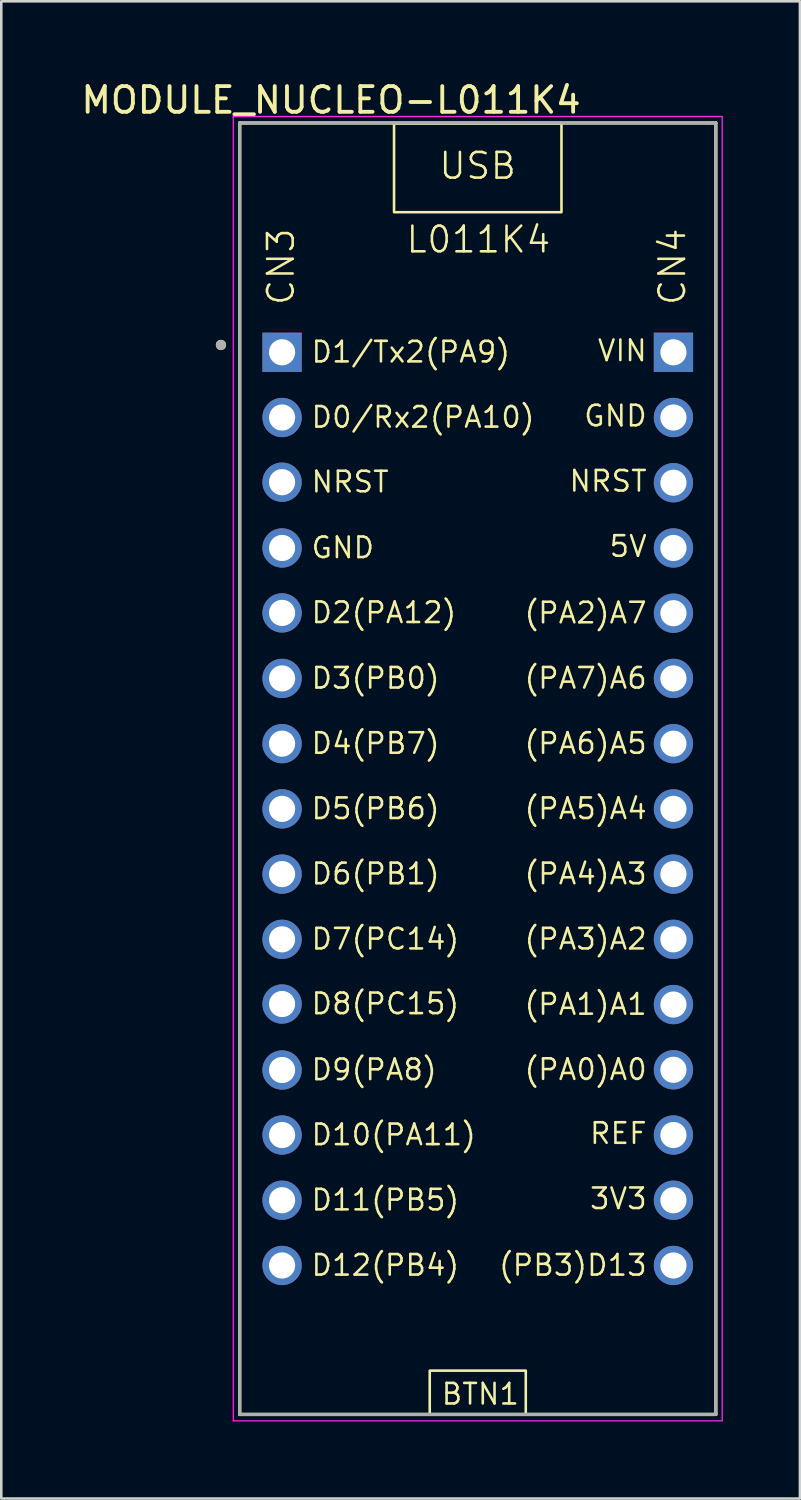
<source format=kicad_pcb>
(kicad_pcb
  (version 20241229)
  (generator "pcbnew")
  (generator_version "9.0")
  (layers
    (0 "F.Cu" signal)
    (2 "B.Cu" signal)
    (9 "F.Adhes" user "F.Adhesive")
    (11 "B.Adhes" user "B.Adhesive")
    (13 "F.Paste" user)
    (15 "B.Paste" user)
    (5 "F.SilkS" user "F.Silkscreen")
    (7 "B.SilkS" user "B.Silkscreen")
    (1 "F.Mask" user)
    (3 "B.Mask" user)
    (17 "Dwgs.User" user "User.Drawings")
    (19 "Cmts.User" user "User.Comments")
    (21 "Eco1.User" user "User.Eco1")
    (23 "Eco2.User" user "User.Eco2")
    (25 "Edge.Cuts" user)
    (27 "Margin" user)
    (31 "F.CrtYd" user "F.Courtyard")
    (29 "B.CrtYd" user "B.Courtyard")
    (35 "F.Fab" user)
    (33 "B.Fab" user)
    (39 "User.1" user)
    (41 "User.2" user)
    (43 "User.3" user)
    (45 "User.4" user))
  (footprint "MODULE_NUCLEO-L011K4"
    (layer "F.Cu")
    (at 15.554 26.883)
    (property "Reference" "MODULE_NUCLEO-L011K4" (at -5.715 -26.035 0) (layer "F.SilkS") (effects (font (size 1 1) (thickness 0.15))))
    (attr through_hole)
    (fp_line (start -9.27 -25.145) (end 9.27 -25.145) (stroke (width 0.127) (type solid)) (layer "F.SilkS"))
    (fp_line (start -9.27 25.145) (end -9.27 -25.145) (stroke (width 0.127) (type solid)) (layer "F.SilkS"))
    (fp_line (start 9.27 -25.145) (end 9.27 25.145) (stroke (width 0.127) (type solid)) (layer "F.SilkS"))
    (fp_line (start 9.27 25.145) (end -9.27 25.145) (stroke (width 0.127) (type solid)) (layer "F.SilkS"))
    (fp_rect (start -3.26 -25.12) (end 3.26 -21.67) (stroke (width 0.1) (type default)) (fill no) (layer "F.SilkS"))
    (fp_rect (start -1.87 23.44) (end 1.87 25.14) (stroke (width 0.1) (type default)) (fill no) (layer "F.SilkS"))
    (fp_circle (center -10 -16.5) (end -9.9 -16.5) (stroke (width 0.2) (type solid)) (fill no) (layer "F.SilkS"))
    (fp_line (start -9.52 -25.395) (end 9.52 -25.395) (stroke (width 0.05) (type solid)) (layer "F.CrtYd"))
    (fp_line (start -9.52 25.395) (end -9.52 -25.395) (stroke (width 0.05) (type solid)) (layer "F.CrtYd"))
    (fp_line (start 9.52 -25.395) (end 9.52 25.395) (stroke (width 0.05) (type solid)) (layer "F.CrtYd"))
    (fp_line (start 9.52 25.395) (end -9.52 25.395) (stroke (width 0.05) (type solid)) (layer "F.CrtYd"))
    (fp_line (start -9.27 -25.145) (end 9.27 -25.145) (stroke (width 0.127) (type solid)) (layer "F.Fab"))
    (fp_line (start -9.27 25.145) (end -9.27 -25.145) (stroke (width 0.127) (type solid)) (layer "F.Fab"))
    (fp_line (start 9.27 -25.145) (end 9.27 25.145) (stroke (width 0.127) (type solid)) (layer "F.Fab"))
    (fp_line (start 9.27 25.145) (end -9.27 25.145) (stroke (width 0.127) (type solid)) (layer "F.Fab"))
    (fp_circle (center -10 -16.5) (end -9.9 -16.5) (stroke (width 0.2) (type solid)) (fill no) (layer "F.Fab"))
    (fp_text user "L011K4" (at -2.85 -20.02 0) (unlocked yes) (layer "F.SilkS") (effects (font (size 1 1) (thickness 0.1)) (justify left bottom)))
    (fp_text user "(PA5)A4" (at 1.753 2.022 0) (unlocked yes) (layer "F.SilkS") (effects (font (size 0.8 0.8) (thickness 0.1)) (justify left bottom)))
    (fp_text user "(PA7)A6" (at 1.753 -3.058 0) (unlocked yes) (layer "F.SilkS") (effects (font (size 0.8 0.8) (thickness 0.1)) (justify left bottom)))
    (fp_text user "VIN" (at 4.61 -15.81 0) (unlocked yes) (layer "F.SilkS") (effects (font (size 0.8 0.8) (thickness 0.1)) (justify left bottom)))
    (fp_text user "REF" (at 4.305 14.67 0) (unlocked yes) (layer "F.SilkS") (effects (font (size 0.8 0.8) (thickness 0.1)) (justify left bottom)))
    (fp_text user "GND" (at 4.077 -13.27 0) (unlocked yes) (layer "F.SilkS") (effects (font (size 0.8 0.8) (thickness 0.1)) (justify left bottom)))
    (fp_text user "D1/Tx2(PA9)" (at -6.54 -15.758 0) (unlocked yes) (layer "F.SilkS") (effects (font (size 0.8 0.8) (thickness 0.1)) (justify left bottom)))
    (fp_text user "NRST" (at -6.54 -10.7 0) (unlocked yes) (layer "F.SilkS") (effects (font (size 0.8 0.8) (thickness 0.1)) (justify left bottom)))
    (fp_text user "D6(PB1)" (at -6.54 4.561 0) (unlocked yes) (layer "F.SilkS") (effects (font (size 0.8 0.8) (thickness 0.1)) (justify left bottom)))
    (fp_text user "D9(PA8)" (at -6.54 12.19 0) (unlocked yes) (layer "F.SilkS") (effects (font (size 0.8 0.8) (thickness 0.1)) (justify left bottom)))
    (fp_text user "D7(PC14)" (at -6.54 7.101 0) (unlocked yes) (layer "F.SilkS") (effects (font (size 0.8 0.8) (thickness 0.1)) (justify left bottom)))
    (fp_text user "(PA0)A0" (at 1.753 12.181 0) (unlocked yes) (layer "F.SilkS") (effects (font (size 0.8 0.8) (thickness 0.1)) (justify left bottom)))
    (fp_text user "D12(PB4)" (at -6.54 19.802 0) (unlocked yes) (layer "F.SilkS") (effects (font (size 0.8 0.8) (thickness 0.1)) (justify left bottom)))
    (fp_text user "CN3" (at -7.08 -17.98 90) (unlocked yes) (layer "F.SilkS") (effects (font (size 1 1) (thickness 0.1)) (justify left bottom)))
    (fp_text user "D10(PA11)" (at -6.54 14.722 0) (unlocked yes) (layer "F.SilkS") (effects (font (size 0.8 0.8) (thickness 0.1)) (justify left bottom)))
    (fp_text user "D2(PA12)" (at -6.54 -5.61 0) (unlocked yes) (layer "F.SilkS") (effects (font (size 0.8 0.8) (thickness 0.1)) (justify left bottom)))
    (fp_text user "(PA3)A2" (at 1.753 7.101 0) (unlocked yes) (layer "F.SilkS") (effects (font (size 0.8 0.8) (thickness 0.1)) (justify left bottom)))
    (fp_text user "GND" (at -6.54 -8.139 0) (unlocked yes) (layer "F.SilkS") (effects (font (size 0.8 0.8) (thickness 0.1)) (justify left bottom)))
    (fp_text user "NRST" (at 3.505 -10.73 0) (unlocked yes) (layer "F.SilkS") (effects (font (size 0.8 0.8) (thickness 0.1)) (justify left bottom)))
    (fp_text user "D11(PB5)" (at -6.54 17.262 0) (unlocked yes) (layer "F.SilkS") (effects (font (size 0.8 0.8) (thickness 0.1)) (justify left bottom)))
    (fp_text user "5V" (at 5.067 -8.19 0) (unlocked yes) (layer "F.SilkS") (effects (font (size 0.8 0.8) (thickness 0.1)) (justify left bottom)))
    (fp_text user "3V3" (at 4.305 17.21 0) (unlocked yes) (layer "F.SilkS") (effects (font (size 0.8 0.8) (thickness 0.1)) (justify left bottom)))
    (fp_text user "(PA6)A5" (at 1.753 -0.518 0) (unlocked yes) (layer "F.SilkS") (effects (font (size 0.8 0.8) (thickness 0.1)) (justify left bottom)))
    (fp_text user "CN4" (at 8.159 -17.98 90) (unlocked yes) (layer "F.SilkS") (effects (font (size 1 1) (thickness 0.1)) (justify left bottom)))
    (fp_text user "(PB3)D13" (at 0.762 19.802 0) (unlocked yes) (layer "F.SilkS") (effects (font (size 0.8 0.8) (thickness 0.1)) (justify left bottom)))
    (fp_text user "USB" (at -1.57 -22.89 0) (unlocked yes) (layer "F.SilkS") (effects (font (size 1 1) (thickness 0.1)) (justify left bottom)))
    (fp_text user "D3(PB0)" (at -6.54 -3.058 0) (unlocked yes) (layer "F.SilkS") (effects (font (size 0.8 0.8) (thickness 0.1)) (justify left bottom)))
    (fp_text user "(PA1)A1" (at 1.753 9.642 0) (unlocked yes) (layer "F.SilkS") (effects (font (size 0.8 0.8) (thickness 0.1)) (justify left bottom)))
    (fp_text user "D8(PC15)" (at -6.54 9.62 0) (unlocked yes) (layer "F.SilkS") (effects (font (size 0.8 0.8) (thickness 0.1)) (justify left bottom)))
    (fp_text user "D5(PB6)" (at -6.54 2.022 0) (unlocked yes) (layer "F.SilkS") (effects (font (size 0.8 0.8) (thickness 0.1)) (justify left bottom)))
    (fp_text user "(PA4)A3" (at 1.753 4.561 0) (unlocked yes) (layer "F.SilkS") (effects (font (size 0.8 0.8) (thickness 0.1)) (justify left bottom)))
    (fp_text user "D4(PB7)" (at -6.54 -0.518 0) (unlocked yes) (layer "F.SilkS") (effects (font (size 0.8 0.8) (thickness 0.1)) (justify left bottom)))
    (fp_text user "(PA2)A7" (at 1.753 -5.598 0) (unlocked yes) (layer "F.SilkS") (effects (font (size 0.8 0.8) (thickness 0.1)) (justify left bottom)))
    (fp_text user "BTN1" (at -1.47 24.82 0) (unlocked yes) (layer "F.SilkS") (effects (font (size 0.8 0.8) (thickness 0.1)) (justify left bottom)))
    (fp_text user "D0/Rx2(PA10)" (at -6.54 -13.219 0) (unlocked yes) (layer "F.SilkS") (effects (font (size 0.8 0.8) (thickness 0.1)) (justify left bottom)))
    (pad "CN3_1" thru_hole rect (at -7.62 -16.215) (size 1.53 1.53) (drill 1.02) (layers "*.Cu" "*.Mask"))
    (pad "CN3_2" thru_hole circle (at -7.62 -13.675) (size 1.53 1.53) (drill 1.02) (layers "*.Cu" "*.Mask"))
    (pad "CN3_3" thru_hole circle (at -7.62 -11.156) (size 1.53 1.53) (drill 1.02) (layers "*.Cu" "*.Mask"))
    (pad "CN3_4" thru_hole circle (at -7.62 -8.595) (size 1.53 1.53) (drill 1.02) (layers "*.Cu" "*.Mask"))
    (pad "CN3_5" thru_hole circle (at -7.62 -6.066) (size 1.53 1.53) (drill 1.02) (layers "*.Cu" "*.Mask"))
    (pad "CN3_6" thru_hole circle (at -7.62 -3.515) (size 1.53 1.53) (drill 1.02) (layers "*.Cu" "*.Mask"))
    (pad "CN3_7" thru_hole circle (at -7.62 -0.975) (size 1.53 1.53) (drill 1.02) (layers "*.Cu" "*.Mask"))
    (pad "CN3_8" thru_hole circle (at -7.62 1.565) (size 1.53 1.53) (drill 1.02) (layers "*.Cu" "*.Mask"))
    (pad "CN3_9" thru_hole circle (at -7.62 4.105) (size 1.53 1.53) (drill 1.02) (layers "*.Cu" "*.Mask"))
    (pad "CN3_10" thru_hole circle (at -7.62 6.645) (size 1.53 1.53) (drill 1.02) (layers "*.Cu" "*.Mask"))
    (pad "CN3_11" thru_hole circle (at -7.62 9.164) (size 1.53 1.53) (drill 1.02) (layers "*.Cu" "*.Mask"))
    (pad "CN3_12" thru_hole circle (at -7.62 11.733) (size 1.53 1.53) (drill 1.02) (layers "*.Cu" "*.Mask"))
    (pad "CN3_13" thru_hole circle (at -7.62 14.265) (size 1.53 1.53) (drill 1.02) (layers "*.Cu" "*.Mask"))
    (pad "CN3_14" thru_hole circle (at -7.62 16.805) (size 1.53 1.53) (drill 1.02) (layers "*.Cu" "*.Mask"))
    (pad "CN3_15" thru_hole circle (at -7.62 19.345) (size 1.53 1.53) (drill 1.02) (layers "*.Cu" "*.Mask"))
    (pad "CN4_1" thru_hole rect (at 7.62 -16.215) (size 1.53 1.53) (drill 1.02) (layers "*.Cu" "*.Mask"))
    (pad "CN4_2" thru_hole circle (at 7.62 -13.675) (size 1.53 1.53) (drill 1.02) (layers "*.Cu" "*.Mask"))
    (pad "CN4_3" thru_hole circle (at 7.62 -11.135) (size 1.53 1.53) (drill 1.02) (layers "*.Cu" "*.Mask"))
    (pad "CN4_4" thru_hole circle (at 7.62 -8.595) (size 1.53 1.53) (drill 1.02) (layers "*.Cu" "*.Mask"))
    (pad "CN4_5" thru_hole circle (at 7.62 -6.055) (size 1.53 1.53) (drill 1.02) (layers "*.Cu" "*.Mask"))
    (pad "CN4_6" thru_hole circle (at 7.62 -3.515) (size 1.53 1.53) (drill 1.02) (layers "*.Cu" "*.Mask"))
    (pad "CN4_7" thru_hole circle (at 7.62 -0.975) (size 1.53 1.53) (drill 1.02) (layers "*.Cu" "*.Mask"))
    (pad "CN4_8" thru_hole circle (at 7.62 1.565) (size 1.53 1.53) (drill 1.02) (layers "*.Cu" "*.Mask"))
    (pad "CN4_9" thru_hole circle (at 7.62 4.105) (size 1.53 1.53) (drill 1.02) (layers "*.Cu" "*.Mask"))
    (pad "CN4_10" thru_hole circle (at 7.62 6.645) (size 1.53 1.53) (drill 1.02) (layers "*.Cu" "*.Mask"))
    (pad "CN4_11" thru_hole circle (at 7.62 9.185) (size 1.53 1.53) (drill 1.02) (layers "*.Cu" "*.Mask"))
    (pad "CN4_12" thru_hole circle (at 7.62 11.725) (size 1.53 1.53) (drill 1.02) (layers "*.Cu" "*.Mask"))
    (pad "CN4_13" thru_hole circle (at 7.62 14.265) (size 1.53 1.53) (drill 1.02) (layers "*.Cu" "*.Mask"))
    (pad "CN4_14" thru_hole circle (at 7.62 16.805) (size 1.53 1.53) (drill 1.02) (layers "*.Cu" "*.Mask"))
    (pad "CN4_15" thru_hole circle (at 7.62 19.345) (size 1.53 1.53) (drill 1.02) (layers "*.Cu" "*.Mask")))
  (gr_rect
    (start -3 -3)
    (end 28.099 55.303)
    (stroke (width 0.1) (type default))
    (fill no)
    (layer "Edge.Cuts")))
</source>
